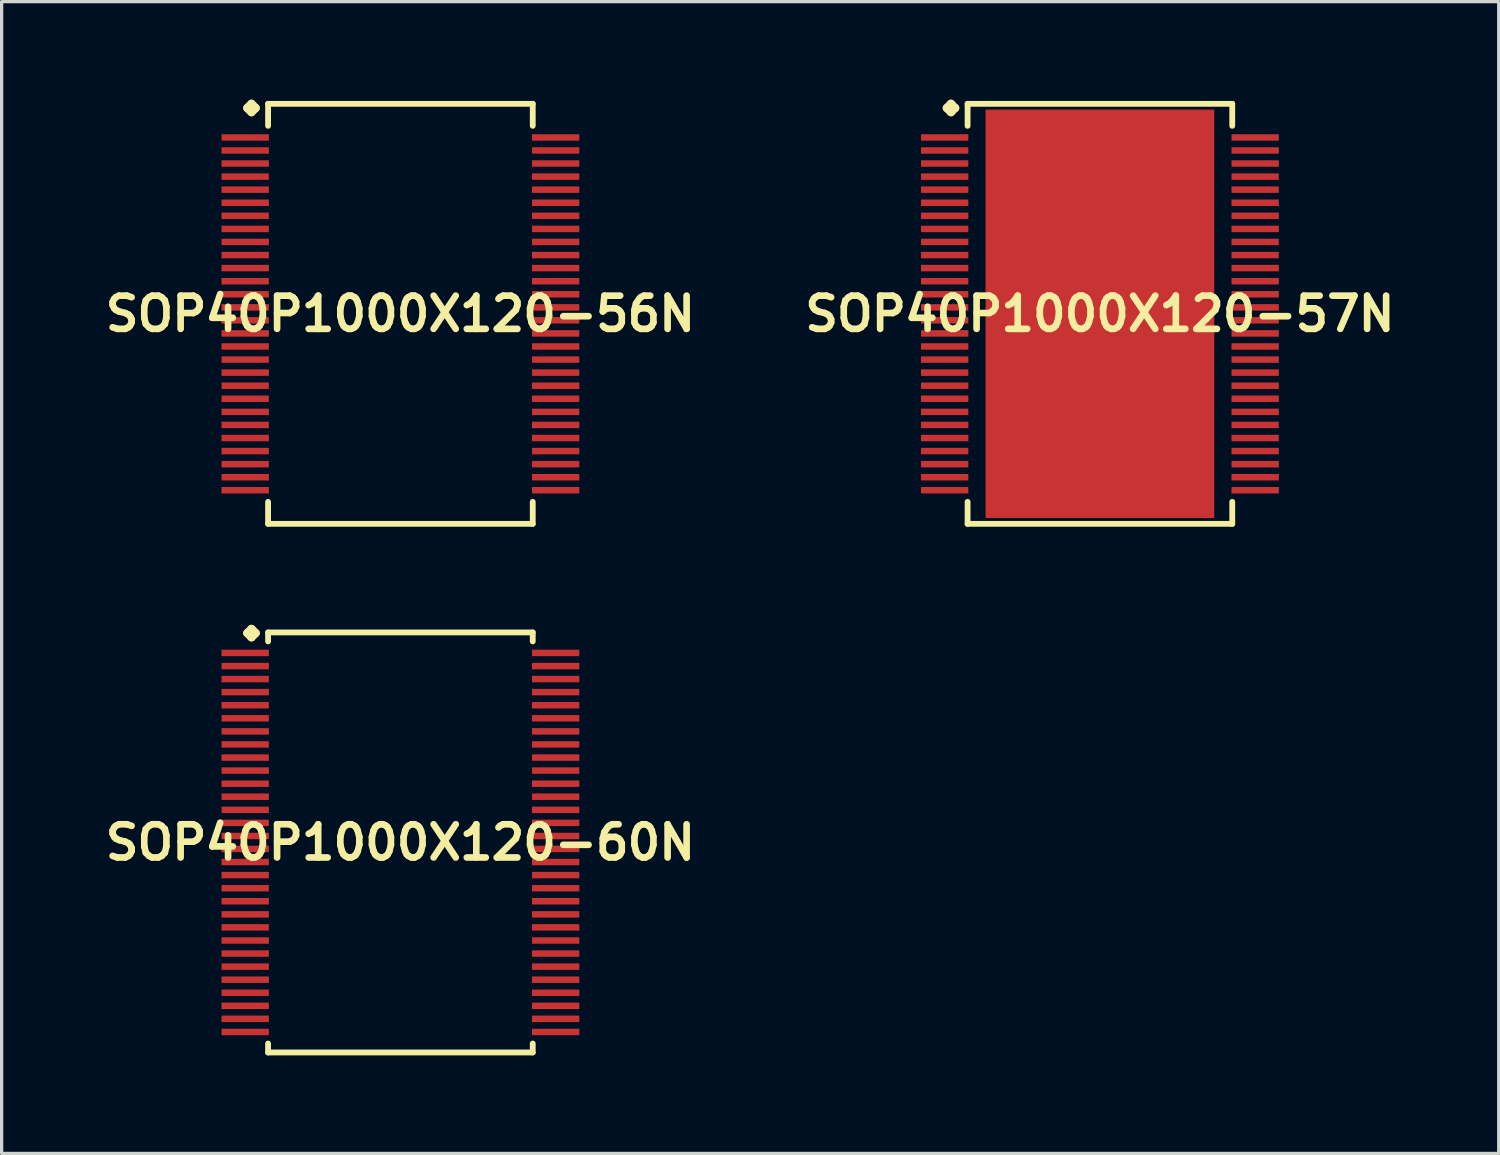
<source format=kicad_pcb>
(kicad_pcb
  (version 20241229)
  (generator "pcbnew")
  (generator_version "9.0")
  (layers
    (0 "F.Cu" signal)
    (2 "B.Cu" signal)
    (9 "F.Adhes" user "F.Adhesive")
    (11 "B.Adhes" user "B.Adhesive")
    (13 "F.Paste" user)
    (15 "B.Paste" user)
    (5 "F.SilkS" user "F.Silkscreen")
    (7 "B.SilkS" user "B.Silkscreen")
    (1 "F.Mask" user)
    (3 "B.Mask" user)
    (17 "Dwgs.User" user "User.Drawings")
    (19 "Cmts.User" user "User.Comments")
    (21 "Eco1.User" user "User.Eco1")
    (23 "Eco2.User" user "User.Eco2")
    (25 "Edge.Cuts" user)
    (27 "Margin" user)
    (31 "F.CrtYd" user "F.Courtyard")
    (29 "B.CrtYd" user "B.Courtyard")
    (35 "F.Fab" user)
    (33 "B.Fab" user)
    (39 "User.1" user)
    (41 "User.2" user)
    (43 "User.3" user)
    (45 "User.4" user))
  (footprint "SOP40P1000X120-57N"
    (layer "F.Cu")
    (at 30.606 6.553)
    (property "Reference" "SOP40P1000X120-57N" (at 0 0 0) (layer "F.SilkS") (effects (font (size 1.016 1.016) (thickness 0.203))))
    (attr smd)
    (fp_line (start -4.684 -6.299) (end -4.557 -6.426) (stroke (width 0.254) (type solid)) (layer "F.SilkS"))
    (fp_line (start -4.557 -6.426) (end -4.43 -6.299) (stroke (width 0.254) (type solid)) (layer "F.SilkS"))
    (fp_line (start -4.557 -6.172) (end -4.684 -6.299) (stroke (width 0.254) (type solid)) (layer "F.SilkS"))
    (fp_line (start -4.43 -6.299) (end -4.557 -6.172) (stroke (width 0.254) (type solid)) (layer "F.SilkS"))
    (fp_line (start -4.049 -6.426) (end 4.049 -6.426) (stroke (width 0.178) (type solid)) (layer "F.SilkS"))
    (fp_line (start -4.049 -5.753) (end -4.049 -6.426) (stroke (width 0.178) (type solid)) (layer "F.SilkS"))
    (fp_line (start -4.049 5.753) (end -4.049 6.426) (stroke (width 0.178) (type solid)) (layer "F.SilkS"))
    (fp_line (start -4.049 6.426) (end 4.049 6.426) (stroke (width 0.178) (type solid)) (layer "F.SilkS"))
    (fp_line (start 4.049 -6.426) (end 4.049 -5.753) (stroke (width 0.178) (type solid)) (layer "F.SilkS"))
    (fp_line (start 4.049 6.426) (end 4.049 5.753) (stroke (width 0.178) (type solid)) (layer "F.SilkS"))
    (pad "1" smd rect (at -4.75 -5.397) (size 1.448 0.198) (layers "F.Cu" "F.Mask" "F.Paste"))
    (pad "2" smd rect (at -4.75 -4.999) (size 1.448 0.198) (layers "F.Cu" "F.Mask" "F.Paste"))
    (pad "3" smd rect (at -4.75 -4.6) (size 1.448 0.198) (layers "F.Cu" "F.Mask" "F.Paste"))
    (pad "4" smd rect (at -4.75 -4.199) (size 1.448 0.198) (layers "F.Cu" "F.Mask" "F.Paste"))
    (pad "5" smd rect (at -4.75 -3.8) (size 1.448 0.198) (layers "F.Cu" "F.Mask" "F.Paste"))
    (pad "6" smd rect (at -4.75 -3.399) (size 1.448 0.198) (layers "F.Cu" "F.Mask" "F.Paste"))
    (pad "7" smd rect (at -4.75 -3) (size 1.448 0.198) (layers "F.Cu" "F.Mask" "F.Paste"))
    (pad "8" smd rect (at -4.75 -2.598) (size 1.448 0.198) (layers "F.Cu" "F.Mask" "F.Paste"))
    (pad "9" smd rect (at -4.75 -2.2) (size 1.448 0.198) (layers "F.Cu" "F.Mask" "F.Paste"))
    (pad "10" smd rect (at -4.75 -1.798) (size 1.448 0.198) (layers "F.Cu" "F.Mask" "F.Paste"))
    (pad "11" smd rect (at -4.75 -1.4) (size 1.448 0.198) (layers "F.Cu" "F.Mask" "F.Paste"))
    (pad "12" smd rect (at -4.75 -0.998) (size 1.448 0.198) (layers "F.Cu" "F.Mask" "F.Paste"))
    (pad "13" smd rect (at -4.75 -0.599) (size 1.448 0.198) (layers "F.Cu" "F.Mask" "F.Paste"))
    (pad "14" smd rect (at -4.75 -0.198) (size 1.448 0.198) (layers "F.Cu" "F.Mask" "F.Paste"))
    (pad "15" smd rect (at -4.75 0.198) (size 1.448 0.198) (layers "F.Cu" "F.Mask" "F.Paste"))
    (pad "16" smd rect (at -4.75 0.599) (size 1.448 0.198) (layers "F.Cu" "F.Mask" "F.Paste"))
    (pad "17" smd rect (at -4.75 0.998) (size 1.448 0.198) (layers "F.Cu" "F.Mask" "F.Paste"))
    (pad "18" smd rect (at -4.75 1.4) (size 1.448 0.198) (layers "F.Cu" "F.Mask" "F.Paste"))
    (pad "19" smd rect (at -4.75 1.798) (size 1.448 0.198) (layers "F.Cu" "F.Mask" "F.Paste"))
    (pad "20" smd rect (at -4.75 2.2) (size 1.448 0.198) (layers "F.Cu" "F.Mask" "F.Paste"))
    (pad "21" smd rect (at -4.75 2.598) (size 1.448 0.198) (layers "F.Cu" "F.Mask" "F.Paste"))
    (pad "22" smd rect (at -4.75 3) (size 1.448 0.198) (layers "F.Cu" "F.Mask" "F.Paste"))
    (pad "23" smd rect (at -4.75 3.399) (size 1.448 0.198) (layers "F.Cu" "F.Mask" "F.Paste"))
    (pad "24" smd rect (at -4.75 3.8) (size 1.448 0.198) (layers "F.Cu" "F.Mask" "F.Paste"))
    (pad "25" smd rect (at -4.75 4.199) (size 1.448 0.198) (layers "F.Cu" "F.Mask" "F.Paste"))
    (pad "26" smd rect (at -4.75 4.6) (size 1.448 0.198) (layers "F.Cu" "F.Mask" "F.Paste"))
    (pad "27" smd rect (at -4.75 4.999) (size 1.448 0.198) (layers "F.Cu" "F.Mask" "F.Paste"))
    (pad "28" smd rect (at -4.75 5.397) (size 1.448 0.198) (layers "F.Cu" "F.Mask" "F.Paste"))
    (pad "29" smd rect (at 4.75 5.397) (size 1.448 0.198) (layers "F.Cu" "F.Mask" "F.Paste"))
    (pad "30" smd rect (at 4.75 4.999) (size 1.448 0.198) (layers "F.Cu" "F.Mask" "F.Paste"))
    (pad "31" smd rect (at 4.75 4.6) (size 1.448 0.198) (layers "F.Cu" "F.Mask" "F.Paste"))
    (pad "32" smd rect (at 4.75 4.199) (size 1.448 0.198) (layers "F.Cu" "F.Mask" "F.Paste"))
    (pad "33" smd rect (at 4.75 3.8) (size 1.448 0.198) (layers "F.Cu" "F.Mask" "F.Paste"))
    (pad "34" smd rect (at 4.75 3.399) (size 1.448 0.198) (layers "F.Cu" "F.Mask" "F.Paste"))
    (pad "35" smd rect (at 4.75 3) (size 1.448 0.198) (layers "F.Cu" "F.Mask" "F.Paste"))
    (pad "36" smd rect (at 4.75 2.598) (size 1.448 0.198) (layers "F.Cu" "F.Mask" "F.Paste"))
    (pad "37" smd rect (at 4.75 2.2) (size 1.448 0.198) (layers "F.Cu" "F.Mask" "F.Paste"))
    (pad "38" smd rect (at 4.75 1.798) (size 1.448 0.198) (layers "F.Cu" "F.Mask" "F.Paste"))
    (pad "39" smd rect (at 4.75 1.4) (size 1.448 0.198) (layers "F.Cu" "F.Mask" "F.Paste"))
    (pad "40" smd rect (at 4.75 0.998) (size 1.448 0.198) (layers "F.Cu" "F.Mask" "F.Paste"))
    (pad "41" smd rect (at 4.75 0.599) (size 1.448 0.198) (layers "F.Cu" "F.Mask" "F.Paste"))
    (pad "42" smd rect (at 4.75 0.198) (size 1.448 0.198) (layers "F.Cu" "F.Mask" "F.Paste"))
    (pad "43" smd rect (at 4.75 -0.198) (size 1.448 0.198) (layers "F.Cu" "F.Mask" "F.Paste"))
    (pad "44" smd rect (at 4.75 -0.599) (size 1.448 0.198) (layers "F.Cu" "F.Mask" "F.Paste"))
    (pad "45" smd rect (at 4.75 -0.998) (size 1.448 0.198) (layers "F.Cu" "F.Mask" "F.Paste"))
    (pad "46" smd rect (at 4.75 -1.4) (size 1.448 0.198) (layers "F.Cu" "F.Mask" "F.Paste"))
    (pad "47" smd rect (at 4.75 -1.798) (size 1.448 0.198) (layers "F.Cu" "F.Mask" "F.Paste"))
    (pad "48" smd rect (at 4.75 -2.2) (size 1.448 0.198) (layers "F.Cu" "F.Mask" "F.Paste"))
    (pad "49" smd rect (at 4.75 -2.598) (size 1.448 0.198) (layers "F.Cu" "F.Mask" "F.Paste"))
    (pad "50" smd rect (at 4.75 -3) (size 1.448 0.198) (layers "F.Cu" "F.Mask" "F.Paste"))
    (pad "51" smd rect (at 4.75 -3.399) (size 1.448 0.198) (layers "F.Cu" "F.Mask" "F.Paste"))
    (pad "52" smd rect (at 4.75 -3.8) (size 1.448 0.198) (layers "F.Cu" "F.Mask" "F.Paste"))
    (pad "53" smd rect (at 4.75 -4.199) (size 1.448 0.198) (layers "F.Cu" "F.Mask" "F.Paste"))
    (pad "54" smd rect (at 4.75 -4.6) (size 1.448 0.198) (layers "F.Cu" "F.Mask" "F.Paste"))
    (pad "55" smd rect (at 4.75 -4.999) (size 1.448 0.198) (layers "F.Cu" "F.Mask" "F.Paste"))
    (pad "56" smd rect (at 4.75 -5.397) (size 1.448 0.198) (layers "F.Cu" "F.Mask" "F.Paste"))
    (pad "57" smd rect (at 0 0) (size 6.998 12.499) (layers "F.Cu" "F.Mask" "F.Paste")))
  (footprint "SOP40P1000X120-56N"
    (layer "F.Cu")
    (at 9.202 6.553)
    (property "Reference" "SOP40P1000X120-56N" (at 0 0 0) (layer "F.SilkS") (effects (font (size 1.016 1.016) (thickness 0.203))))
    (attr smd)
    (fp_line (start -4.684 -6.299) (end -4.557 -6.426) (stroke (width 0.254) (type solid)) (layer "F.SilkS"))
    (fp_line (start -4.557 -6.426) (end -4.43 -6.299) (stroke (width 0.254) (type solid)) (layer "F.SilkS"))
    (fp_line (start -4.557 -6.172) (end -4.684 -6.299) (stroke (width 0.254) (type solid)) (layer "F.SilkS"))
    (fp_line (start -4.43 -6.299) (end -4.557 -6.172) (stroke (width 0.254) (type solid)) (layer "F.SilkS"))
    (fp_line (start -4.049 -6.426) (end 4.049 -6.426) (stroke (width 0.178) (type solid)) (layer "F.SilkS"))
    (fp_line (start -4.049 -5.753) (end -4.049 -6.426) (stroke (width 0.178) (type solid)) (layer "F.SilkS"))
    (fp_line (start -4.049 5.753) (end -4.049 6.426) (stroke (width 0.178) (type solid)) (layer "F.SilkS"))
    (fp_line (start -4.049 6.426) (end 4.049 6.426) (stroke (width 0.178) (type solid)) (layer "F.SilkS"))
    (fp_line (start 4.049 -6.426) (end 4.049 -5.753) (stroke (width 0.178) (type solid)) (layer "F.SilkS"))
    (fp_line (start 4.049 6.426) (end 4.049 5.753) (stroke (width 0.178) (type solid)) (layer "F.SilkS"))
    (pad "1" smd rect (at -4.75 -5.397) (size 1.448 0.198) (layers "F.Cu" "F.Mask" "F.Paste"))
    (pad "2" smd rect (at -4.75 -4.999) (size 1.448 0.198) (layers "F.Cu" "F.Mask" "F.Paste"))
    (pad "3" smd rect (at -4.75 -4.6) (size 1.448 0.198) (layers "F.Cu" "F.Mask" "F.Paste"))
    (pad "4" smd rect (at -4.75 -4.199) (size 1.448 0.198) (layers "F.Cu" "F.Mask" "F.Paste"))
    (pad "5" smd rect (at -4.75 -3.8) (size 1.448 0.198) (layers "F.Cu" "F.Mask" "F.Paste"))
    (pad "6" smd rect (at -4.75 -3.399) (size 1.448 0.198) (layers "F.Cu" "F.Mask" "F.Paste"))
    (pad "7" smd rect (at -4.75 -3) (size 1.448 0.198) (layers "F.Cu" "F.Mask" "F.Paste"))
    (pad "8" smd rect (at -4.75 -2.598) (size 1.448 0.198) (layers "F.Cu" "F.Mask" "F.Paste"))
    (pad "9" smd rect (at -4.75 -2.2) (size 1.448 0.198) (layers "F.Cu" "F.Mask" "F.Paste"))
    (pad "10" smd rect (at -4.75 -1.798) (size 1.448 0.198) (layers "F.Cu" "F.Mask" "F.Paste"))
    (pad "11" smd rect (at -4.75 -1.4) (size 1.448 0.198) (layers "F.Cu" "F.Mask" "F.Paste"))
    (pad "12" smd rect (at -4.75 -0.998) (size 1.448 0.198) (layers "F.Cu" "F.Mask" "F.Paste"))
    (pad "13" smd rect (at -4.75 -0.599) (size 1.448 0.198) (layers "F.Cu" "F.Mask" "F.Paste"))
    (pad "14" smd rect (at -4.75 -0.198) (size 1.448 0.198) (layers "F.Cu" "F.Mask" "F.Paste"))
    (pad "15" smd rect (at -4.75 0.198) (size 1.448 0.198) (layers "F.Cu" "F.Mask" "F.Paste"))
    (pad "16" smd rect (at -4.75 0.599) (size 1.448 0.198) (layers "F.Cu" "F.Mask" "F.Paste"))
    (pad "17" smd rect (at -4.75 0.998) (size 1.448 0.198) (layers "F.Cu" "F.Mask" "F.Paste"))
    (pad "18" smd rect (at -4.75 1.4) (size 1.448 0.198) (layers "F.Cu" "F.Mask" "F.Paste"))
    (pad "19" smd rect (at -4.75 1.798) (size 1.448 0.198) (layers "F.Cu" "F.Mask" "F.Paste"))
    (pad "20" smd rect (at -4.75 2.2) (size 1.448 0.198) (layers "F.Cu" "F.Mask" "F.Paste"))
    (pad "21" smd rect (at -4.75 2.598) (size 1.448 0.198) (layers "F.Cu" "F.Mask" "F.Paste"))
    (pad "22" smd rect (at -4.75 3) (size 1.448 0.198) (layers "F.Cu" "F.Mask" "F.Paste"))
    (pad "23" smd rect (at -4.75 3.399) (size 1.448 0.198) (layers "F.Cu" "F.Mask" "F.Paste"))
    (pad "24" smd rect (at -4.75 3.8) (size 1.448 0.198) (layers "F.Cu" "F.Mask" "F.Paste"))
    (pad "25" smd rect (at -4.75 4.199) (size 1.448 0.198) (layers "F.Cu" "F.Mask" "F.Paste"))
    (pad "26" smd rect (at -4.75 4.6) (size 1.448 0.198) (layers "F.Cu" "F.Mask" "F.Paste"))
    (pad "27" smd rect (at -4.75 4.999) (size 1.448 0.198) (layers "F.Cu" "F.Mask" "F.Paste"))
    (pad "28" smd rect (at -4.75 5.397) (size 1.448 0.198) (layers "F.Cu" "F.Mask" "F.Paste"))
    (pad "29" smd rect (at 4.75 5.397) (size 1.448 0.198) (layers "F.Cu" "F.Mask" "F.Paste"))
    (pad "30" smd rect (at 4.75 4.999) (size 1.448 0.198) (layers "F.Cu" "F.Mask" "F.Paste"))
    (pad "31" smd rect (at 4.75 4.6) (size 1.448 0.198) (layers "F.Cu" "F.Mask" "F.Paste"))
    (pad "32" smd rect (at 4.75 4.199) (size 1.448 0.198) (layers "F.Cu" "F.Mask" "F.Paste"))
    (pad "33" smd rect (at 4.75 3.8) (size 1.448 0.198) (layers "F.Cu" "F.Mask" "F.Paste"))
    (pad "34" smd rect (at 4.75 3.399) (size 1.448 0.198) (layers "F.Cu" "F.Mask" "F.Paste"))
    (pad "35" smd rect (at 4.75 3) (size 1.448 0.198) (layers "F.Cu" "F.Mask" "F.Paste"))
    (pad "36" smd rect (at 4.75 2.598) (size 1.448 0.198) (layers "F.Cu" "F.Mask" "F.Paste"))
    (pad "37" smd rect (at 4.75 2.2) (size 1.448 0.198) (layers "F.Cu" "F.Mask" "F.Paste"))
    (pad "38" smd rect (at 4.75 1.798) (size 1.448 0.198) (layers "F.Cu" "F.Mask" "F.Paste"))
    (pad "39" smd rect (at 4.75 1.4) (size 1.448 0.198) (layers "F.Cu" "F.Mask" "F.Paste"))
    (pad "40" smd rect (at 4.75 0.998) (size 1.448 0.198) (layers "F.Cu" "F.Mask" "F.Paste"))
    (pad "41" smd rect (at 4.75 0.599) (size 1.448 0.198) (layers "F.Cu" "F.Mask" "F.Paste"))
    (pad "42" smd rect (at 4.75 0.198) (size 1.448 0.198) (layers "F.Cu" "F.Mask" "F.Paste"))
    (pad "43" smd rect (at 4.75 -0.198) (size 1.448 0.198) (layers "F.Cu" "F.Mask" "F.Paste"))
    (pad "44" smd rect (at 4.75 -0.599) (size 1.448 0.198) (layers "F.Cu" "F.Mask" "F.Paste"))
    (pad "45" smd rect (at 4.75 -0.998) (size 1.448 0.198) (layers "F.Cu" "F.Mask" "F.Paste"))
    (pad "46" smd rect (at 4.75 -1.4) (size 1.448 0.198) (layers "F.Cu" "F.Mask" "F.Paste"))
    (pad "47" smd rect (at 4.75 -1.798) (size 1.448 0.198) (layers "F.Cu" "F.Mask" "F.Paste"))
    (pad "48" smd rect (at 4.75 -2.2) (size 1.448 0.198) (layers "F.Cu" "F.Mask" "F.Paste"))
    (pad "49" smd rect (at 4.75 -2.598) (size 1.448 0.198) (layers "F.Cu" "F.Mask" "F.Paste"))
    (pad "50" smd rect (at 4.75 -3) (size 1.448 0.198) (layers "F.Cu" "F.Mask" "F.Paste"))
    (pad "51" smd rect (at 4.75 -3.399) (size 1.448 0.198) (layers "F.Cu" "F.Mask" "F.Paste"))
    (pad "52" smd rect (at 4.75 -3.8) (size 1.448 0.198) (layers "F.Cu" "F.Mask" "F.Paste"))
    (pad "53" smd rect (at 4.75 -4.199) (size 1.448 0.198) (layers "F.Cu" "F.Mask" "F.Paste"))
    (pad "54" smd rect (at 4.75 -4.6) (size 1.448 0.198) (layers "F.Cu" "F.Mask" "F.Paste"))
    (pad "55" smd rect (at 4.75 -4.999) (size 1.448 0.198) (layers "F.Cu" "F.Mask" "F.Paste"))
    (pad "56" smd rect (at 4.75 -5.397) (size 1.448 0.198) (layers "F.Cu" "F.Mask" "F.Paste")))
  (footprint "SOP40P1000X120-60N"
    (layer "F.Cu")
    (at 9.202 22.728)
    (property "Reference" "SOP40P1000X120-60N" (at 0 0 0) (layer "F.SilkS") (effects (font (size 1.016 1.016) (thickness 0.203))))
    (attr smd)
    (fp_line (start -4.684 -6.406) (end -4.557 -6.533) (stroke (width 0.254) (type solid)) (layer "F.SilkS"))
    (fp_line (start -4.557 -6.533) (end -4.43 -6.406) (stroke (width 0.254) (type solid)) (layer "F.SilkS"))
    (fp_line (start -4.557 -6.279) (end -4.684 -6.406) (stroke (width 0.254) (type solid)) (layer "F.SilkS"))
    (fp_line (start -4.43 -6.406) (end -4.557 -6.279) (stroke (width 0.254) (type solid)) (layer "F.SilkS"))
    (fp_line (start -4.049 -6.426) (end 4.049 -6.426) (stroke (width 0.178) (type solid)) (layer "F.SilkS"))
    (fp_line (start -4.049 -6.152) (end -4.049 -6.426) (stroke (width 0.178) (type solid)) (layer "F.SilkS"))
    (fp_line (start -4.049 6.152) (end -4.049 6.426) (stroke (width 0.178) (type solid)) (layer "F.SilkS"))
    (fp_line (start -4.049 6.426) (end 4.049 6.426) (stroke (width 0.178) (type solid)) (layer "F.SilkS"))
    (fp_line (start 4.049 -6.426) (end 4.049 -6.152) (stroke (width 0.178) (type solid)) (layer "F.SilkS"))
    (fp_line (start 4.049 6.426) (end 4.049 6.152) (stroke (width 0.178) (type solid)) (layer "F.SilkS"))
    (pad "1" smd rect (at -4.75 -5.799) (size 1.448 0.198) (layers "F.Cu" "F.Mask" "F.Paste"))
    (pad "2" smd rect (at -4.75 -5.397) (size 1.448 0.198) (layers "F.Cu" "F.Mask" "F.Paste"))
    (pad "3" smd rect (at -4.75 -4.999) (size 1.448 0.198) (layers "F.Cu" "F.Mask" "F.Paste"))
    (pad "4" smd rect (at -4.75 -4.6) (size 1.448 0.198) (layers "F.Cu" "F.Mask" "F.Paste"))
    (pad "5" smd rect (at -4.75 -4.199) (size 1.448 0.198) (layers "F.Cu" "F.Mask" "F.Paste"))
    (pad "6" smd rect (at -4.75 -3.8) (size 1.448 0.198) (layers "F.Cu" "F.Mask" "F.Paste"))
    (pad "7" smd rect (at -4.75 -3.399) (size 1.448 0.198) (layers "F.Cu" "F.Mask" "F.Paste"))
    (pad "8" smd rect (at -4.75 -3) (size 1.448 0.198) (layers "F.Cu" "F.Mask" "F.Paste"))
    (pad "9" smd rect (at -4.75 -2.598) (size 1.448 0.198) (layers "F.Cu" "F.Mask" "F.Paste"))
    (pad "10" smd rect (at -4.75 -2.2) (size 1.448 0.198) (layers "F.Cu" "F.Mask" "F.Paste"))
    (pad "11" smd rect (at -4.75 -1.798) (size 1.448 0.198) (layers "F.Cu" "F.Mask" "F.Paste"))
    (pad "12" smd rect (at -4.75 -1.4) (size 1.448 0.198) (layers "F.Cu" "F.Mask" "F.Paste"))
    (pad "13" smd rect (at -4.75 -0.998) (size 1.448 0.198) (layers "F.Cu" "F.Mask" "F.Paste"))
    (pad "14" smd rect (at -4.75 -0.599) (size 1.448 0.198) (layers "F.Cu" "F.Mask" "F.Paste"))
    (pad "15" smd rect (at -4.75 -0.198) (size 1.448 0.198) (layers "F.Cu" "F.Mask" "F.Paste"))
    (pad "16" smd rect (at -4.75 0.198) (size 1.448 0.198) (layers "F.Cu" "F.Mask" "F.Paste"))
    (pad "17" smd rect (at -4.75 0.599) (size 1.448 0.198) (layers "F.Cu" "F.Mask" "F.Paste"))
    (pad "18" smd rect (at -4.75 0.998) (size 1.448 0.198) (layers "F.Cu" "F.Mask" "F.Paste"))
    (pad "19" smd rect (at -4.75 1.4) (size 1.448 0.198) (layers "F.Cu" "F.Mask" "F.Paste"))
    (pad "20" smd rect (at -4.75 1.798) (size 1.448 0.198) (layers "F.Cu" "F.Mask" "F.Paste"))
    (pad "21" smd rect (at -4.75 2.2) (size 1.448 0.198) (layers "F.Cu" "F.Mask" "F.Paste"))
    (pad "22" smd rect (at -4.75 2.598) (size 1.448 0.198) (layers "F.Cu" "F.Mask" "F.Paste"))
    (pad "23" smd rect (at -4.75 3) (size 1.448 0.198) (layers "F.Cu" "F.Mask" "F.Paste"))
    (pad "24" smd rect (at -4.75 3.399) (size 1.448 0.198) (layers "F.Cu" "F.Mask" "F.Paste"))
    (pad "25" smd rect (at -4.75 3.8) (size 1.448 0.198) (layers "F.Cu" "F.Mask" "F.Paste"))
    (pad "26" smd rect (at -4.75 4.199) (size 1.448 0.198) (layers "F.Cu" "F.Mask" "F.Paste"))
    (pad "27" smd rect (at -4.75 4.6) (size 1.448 0.198) (layers "F.Cu" "F.Mask" "F.Paste"))
    (pad "28" smd rect (at -4.75 4.999) (size 1.448 0.198) (layers "F.Cu" "F.Mask" "F.Paste"))
    (pad "29" smd rect (at -4.75 5.397) (size 1.448 0.198) (layers "F.Cu" "F.Mask" "F.Paste"))
    (pad "30" smd rect (at -4.75 5.799) (size 1.448 0.198) (layers "F.Cu" "F.Mask" "F.Paste"))
    (pad "31" smd rect (at 4.75 5.799) (size 1.448 0.198) (layers "F.Cu" "F.Mask" "F.Paste"))
    (pad "32" smd rect (at 4.75 5.397) (size 1.448 0.198) (layers "F.Cu" "F.Mask" "F.Paste"))
    (pad "33" smd rect (at 4.75 4.999) (size 1.448 0.198) (layers "F.Cu" "F.Mask" "F.Paste"))
    (pad "34" smd rect (at 4.75 4.6) (size 1.448 0.198) (layers "F.Cu" "F.Mask" "F.Paste"))
    (pad "35" smd rect (at 4.75 4.199) (size 1.448 0.198) (layers "F.Cu" "F.Mask" "F.Paste"))
    (pad "36" smd rect (at 4.75 3.8) (size 1.448 0.198) (layers "F.Cu" "F.Mask" "F.Paste"))
    (pad "37" smd rect (at 4.75 3.399) (size 1.448 0.198) (layers "F.Cu" "F.Mask" "F.Paste"))
    (pad "38" smd rect (at 4.75 3) (size 1.448 0.198) (layers "F.Cu" "F.Mask" "F.Paste"))
    (pad "39" smd rect (at 4.75 2.598) (size 1.448 0.198) (layers "F.Cu" "F.Mask" "F.Paste"))
    (pad "40" smd rect (at 4.75 2.2) (size 1.448 0.198) (layers "F.Cu" "F.Mask" "F.Paste"))
    (pad "41" smd rect (at 4.75 1.798) (size 1.448 0.198) (layers "F.Cu" "F.Mask" "F.Paste"))
    (pad "42" smd rect (at 4.75 1.4) (size 1.448 0.198) (layers "F.Cu" "F.Mask" "F.Paste"))
    (pad "43" smd rect (at 4.75 0.998) (size 1.448 0.198) (layers "F.Cu" "F.Mask" "F.Paste"))
    (pad "44" smd rect (at 4.75 0.599) (size 1.448 0.198) (layers "F.Cu" "F.Mask" "F.Paste"))
    (pad "45" smd rect (at 4.75 0.198) (size 1.448 0.198) (layers "F.Cu" "F.Mask" "F.Paste"))
    (pad "46" smd rect (at 4.75 -0.198) (size 1.448 0.198) (layers "F.Cu" "F.Mask" "F.Paste"))
    (pad "47" smd rect (at 4.75 -0.599) (size 1.448 0.198) (layers "F.Cu" "F.Mask" "F.Paste"))
    (pad "48" smd rect (at 4.75 -0.998) (size 1.448 0.198) (layers "F.Cu" "F.Mask" "F.Paste"))
    (pad "49" smd rect (at 4.75 -1.4) (size 1.448 0.198) (layers "F.Cu" "F.Mask" "F.Paste"))
    (pad "50" smd rect (at 4.75 -1.798) (size 1.448 0.198) (layers "F.Cu" "F.Mask" "F.Paste"))
    (pad "51" smd rect (at 4.75 -2.2) (size 1.448 0.198) (layers "F.Cu" "F.Mask" "F.Paste"))
    (pad "52" smd rect (at 4.75 -2.598) (size 1.448 0.198) (layers "F.Cu" "F.Mask" "F.Paste"))
    (pad "53" smd rect (at 4.75 -3) (size 1.448 0.198) (layers "F.Cu" "F.Mask" "F.Paste"))
    (pad "54" smd rect (at 4.75 -3.399) (size 1.448 0.198) (layers "F.Cu" "F.Mask" "F.Paste"))
    (pad "55" smd rect (at 4.75 -3.8) (size 1.448 0.198) (layers "F.Cu" "F.Mask" "F.Paste"))
    (pad "56" smd rect (at 4.75 -4.199) (size 1.448 0.198) (layers "F.Cu" "F.Mask" "F.Paste"))
    (pad "57" smd rect (at 4.75 -4.6) (size 1.448 0.198) (layers "F.Cu" "F.Mask" "F.Paste"))
    (pad "58" smd rect (at 4.75 -4.999) (size 1.448 0.198) (layers "F.Cu" "F.Mask" "F.Paste"))
    (pad "59" smd rect (at 4.75 -5.397) (size 1.448 0.198) (layers "F.Cu" "F.Mask" "F.Paste"))
    (pad "60" smd rect (at 4.75 -5.799) (size 1.448 0.198) (layers "F.Cu" "F.Mask" "F.Paste")))
  (gr_rect
    (start -3 -3)
    (end 42.808 32.243)
    (stroke (width 0.1) (type default))
    (fill no)
    (layer "Edge.Cuts")))
</source>
